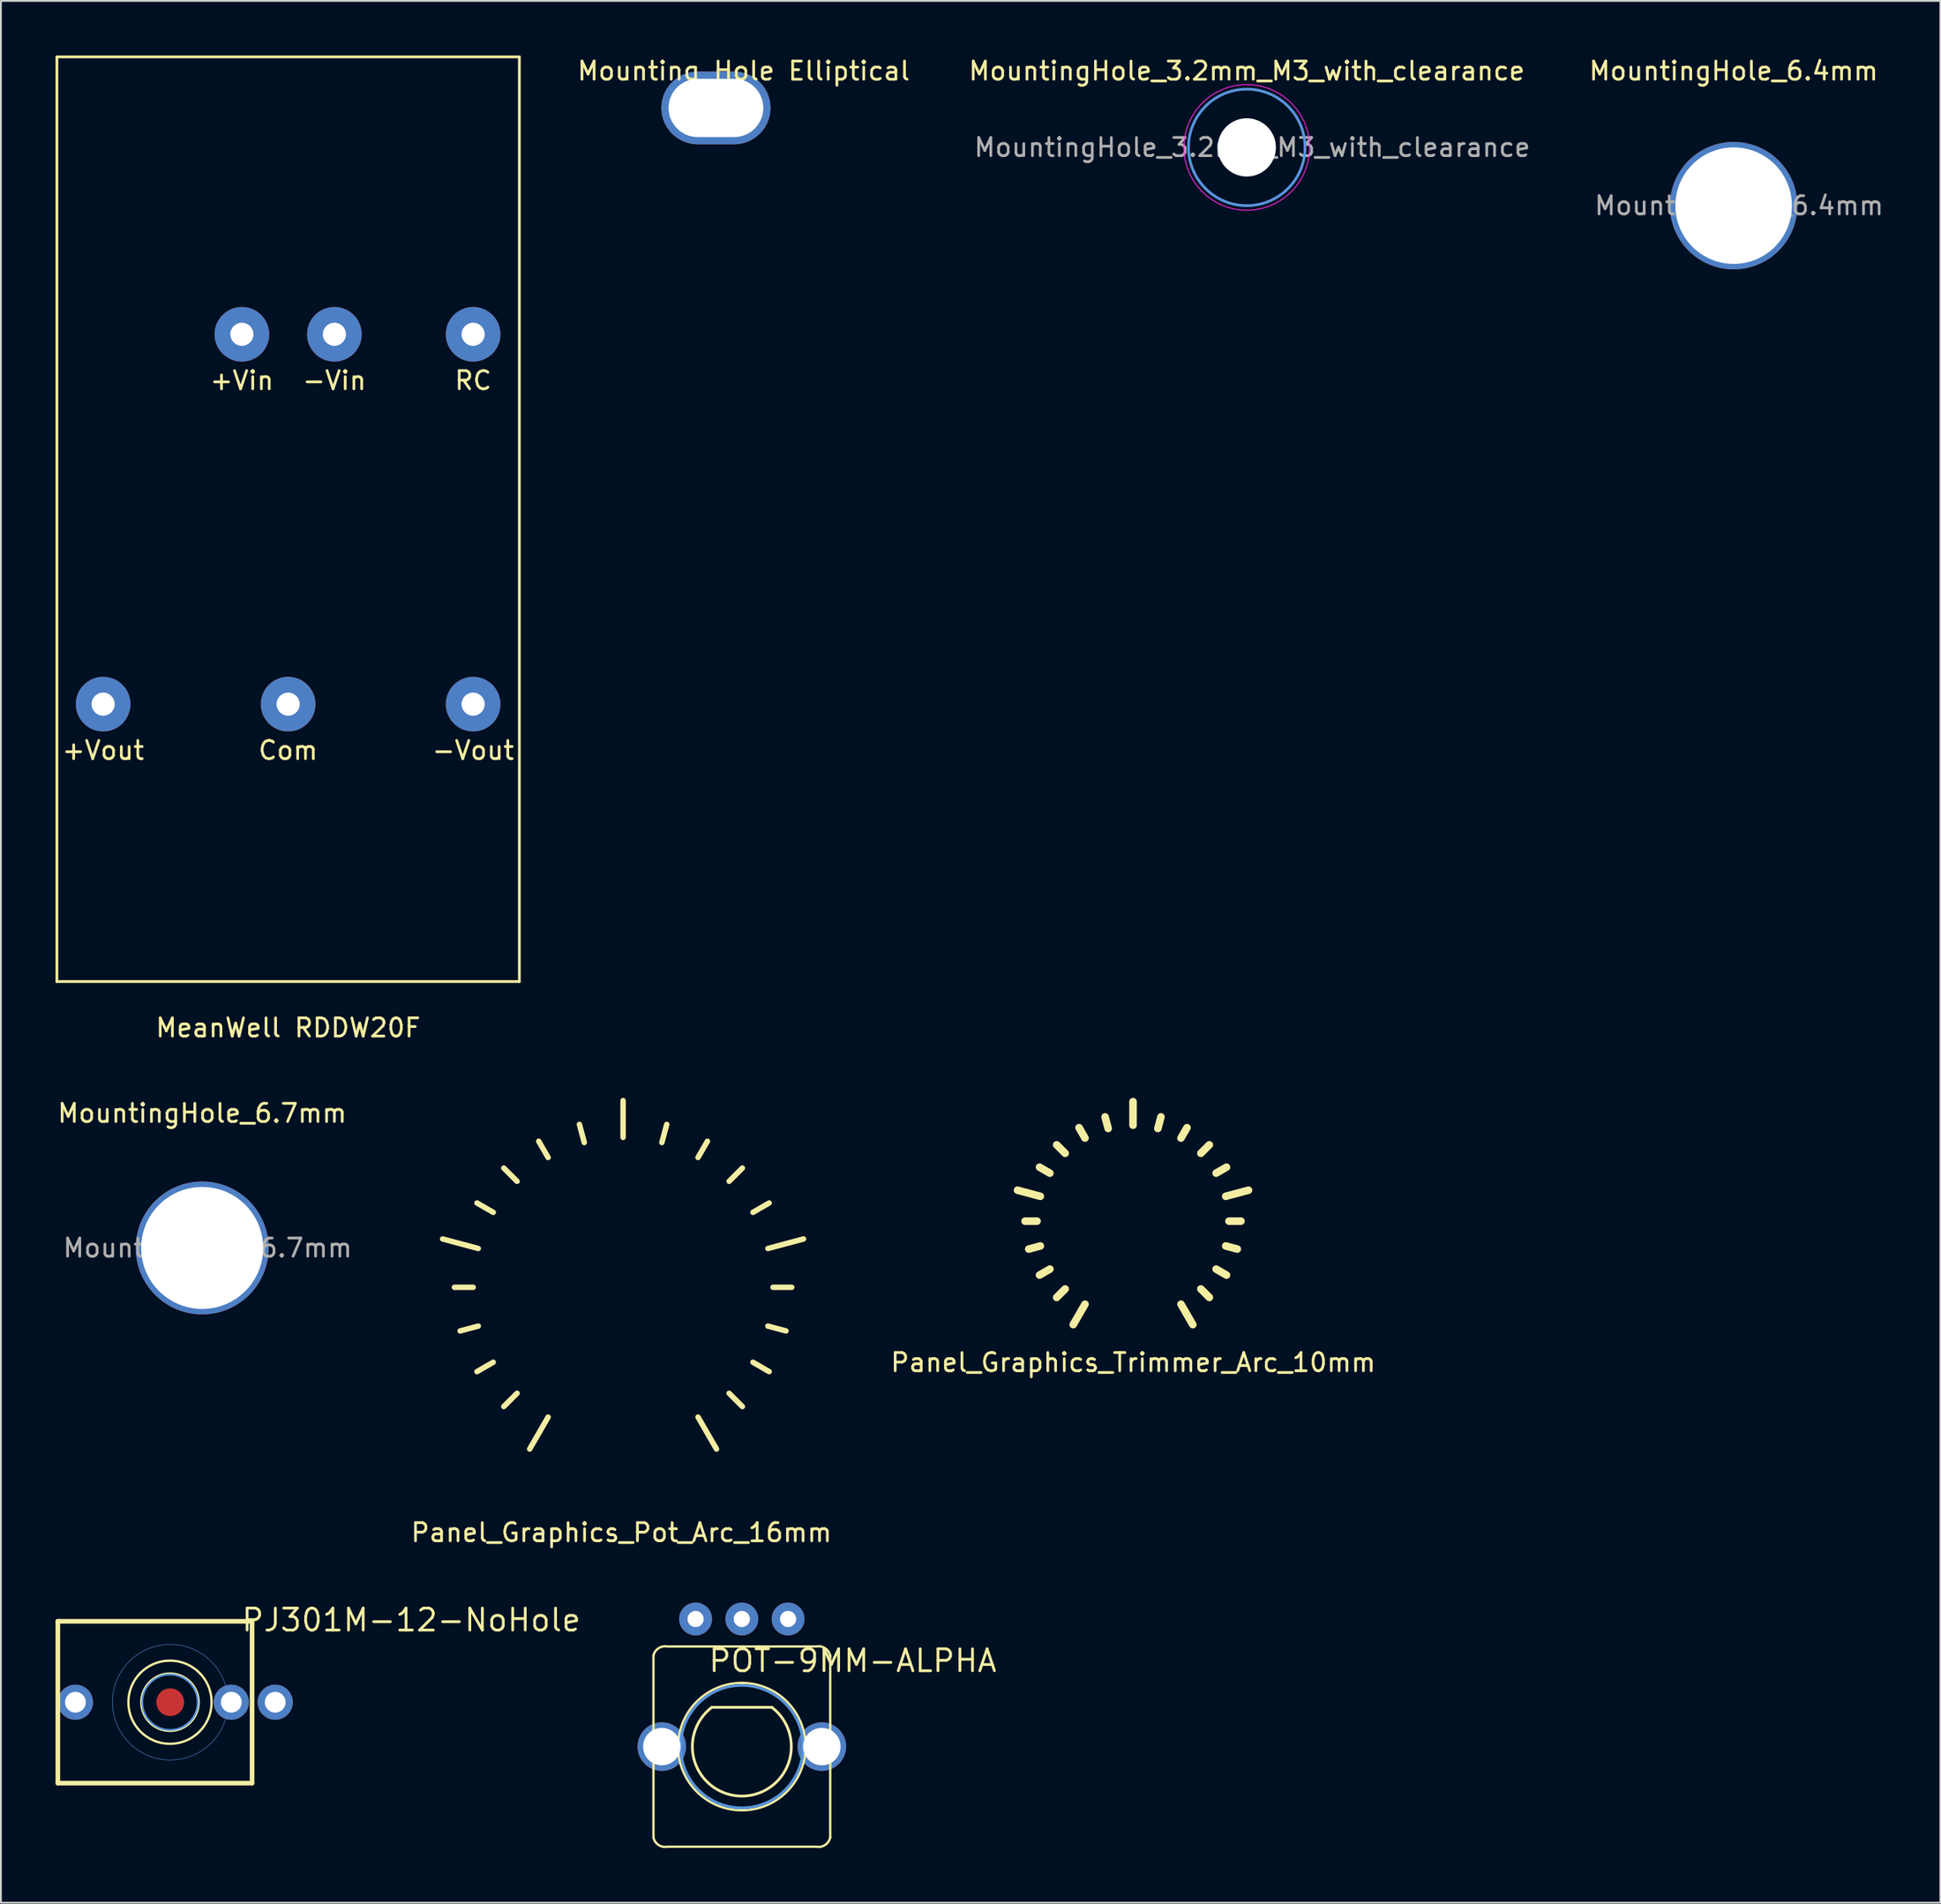
<source format=kicad_pcb>
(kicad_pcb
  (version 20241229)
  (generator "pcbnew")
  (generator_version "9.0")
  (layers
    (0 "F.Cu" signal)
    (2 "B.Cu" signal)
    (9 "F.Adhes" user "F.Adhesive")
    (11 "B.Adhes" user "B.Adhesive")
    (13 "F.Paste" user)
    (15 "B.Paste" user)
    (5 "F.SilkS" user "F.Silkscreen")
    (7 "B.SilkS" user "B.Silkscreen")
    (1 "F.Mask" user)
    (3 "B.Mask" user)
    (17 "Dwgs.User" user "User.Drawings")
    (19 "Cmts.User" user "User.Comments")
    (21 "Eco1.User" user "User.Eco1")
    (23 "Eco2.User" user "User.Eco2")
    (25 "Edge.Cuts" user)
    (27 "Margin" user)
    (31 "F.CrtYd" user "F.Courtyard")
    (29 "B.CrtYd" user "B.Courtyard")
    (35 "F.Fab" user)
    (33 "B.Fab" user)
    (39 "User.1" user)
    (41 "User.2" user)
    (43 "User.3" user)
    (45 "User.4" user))
  (footprint "POT-9MM-ALPHA"
    (layer "F.Cu")
    (at 37.693 92.908)
    (property "Reference" "POT-9MM-ALPHA" (at -1.905 -4.013 0) (layer "F.SilkS") (effects (font (size 1.206 1.206) (thickness 0.152)) (justify left bottom)))
    (attr through_hole)
    (fp_line (start -4.854 -4.992) (end -4.854 4.988) (stroke (width 0.127) (type solid)) (layer "F.SilkS"))
    (fp_line (start -4.09 5.498) (end 4.09 5.498) (stroke (width 0.127) (type solid)) (layer "F.SilkS"))
    (fp_line (start 1.651 -2.159) (end -1.651 -2.159) (stroke (width 0.15) (type solid)) (layer "F.SilkS"))
    (fp_line (start 4.09 -5.502) (end -4.09 -5.502) (stroke (width 0.127) (type solid)) (layer "F.SilkS"))
    (fp_line (start 4.854 4.988) (end 4.854 -4.992) (stroke (width 0.127) (type solid)) (layer "F.SilkS"))
    (fp_arc (start -4.854163 -4.991943) (mid -4.577817 -5.405102) (end -4.090263 -5.501843) (stroke (width 0.127) (type solid)) (layer "F.SilkS"))
    (fp_arc (start -4.090263 5.498157) (mid -4.577817 5.401416) (end -4.854163 4.988257) (stroke (width 0.127) (type solid)) (layer "F.SilkS"))
    (fp_arc (start 1.651 -2.159) (mid 0 2.717919) (end -1.651 -2.159) (stroke (width 0.15) (type solid)) (layer "F.SilkS"))
    (fp_arc (start 4.089937 -5.501843) (mid 4.577491 -5.405102) (end 4.853837 -4.991943) (stroke (width 0.127) (type solid)) (layer "F.SilkS"))
    (fp_arc (start 4.853837 4.988257) (mid 4.577491 5.401416) (end 4.089937 5.498157) (stroke (width 0.127) (type solid)) (layer "F.SilkS"))
    (fp_circle (center -0.000163 -0.002) (end -3.5 -0.002) (stroke (width 0.127) (type solid)) (fill no) (layer "F.SilkS"))
    (fp_circle (center 0 0) (end -3.365 0) (stroke (width 0.15) (type solid)) (fill no) (layer "Cmts.User"))
    (pad "1" thru_hole circle (at 2.54 -7.012 270) (size 1.803 1.803) (drill 0.889) (layers "*.Cu" "*.Mask"))
    (pad "2" thru_hole circle (at -0.000163 -7.012 270) (size 1.803 1.803) (drill 0.889) (layers "*.Cu" "*.Mask"))
    (pad "3" thru_hole circle (at -2.54 -7.012 270) (size 1.803 1.803) (drill 0.889) (layers "*.Cu" "*.Mask"))
    (pad "4" thru_hole circle (at 4.394 -0.002) (size 2.667 2.667) (drill 2.057) (layers "*.Cu" "*.Mask"))
    (pad "5" thru_hole circle (at -4.394 -0.002) (size 2.667 2.667) (drill 2.057) (layers "*.Cu" "*.Mask")))
  (footprint "Panel_Graphics_Pot_Arc_16mm"
    (layer "F.Cu")
    (at 31.171 67.638)
    (property "Reference" "Panel_Graphics_Pot_Arc_16mm" (at -0.091 13.508 0) (layer "F.SilkS") (effects (font (size 1 1) (thickness 0.15))))
    (attr through_hole)
    (fp_line (start -8.235 0.035) (end -9.264 0.035) (stroke (width 0.3) (type solid)) (layer "F.SilkS"))
    (fp_line (start -7.954 2.166) (end -8.948 2.432) (stroke (width 0.3) (type solid)) (layer "F.SilkS"))
    (fp_line (start -7.954 -2.097) (end -9.91 -2.621) (stroke (width 0.3) (type solid)) (layer "F.SilkS"))
    (fp_line (start -7.131 4.152) (end -8.023 4.666) (stroke (width 0.3) (type solid)) (layer "F.SilkS"))
    (fp_line (start -7.131 -4.083) (end -8.023 -4.597) (stroke (width 0.3) (type solid)) (layer "F.SilkS"))
    (fp_line (start -5.823 5.857) (end -6.551 6.585) (stroke (width 0.3) (type solid)) (layer "F.SilkS"))
    (fp_line (start -5.823 -5.788) (end -6.551 -6.516) (stroke (width 0.3) (type solid)) (layer "F.SilkS"))
    (fp_line (start -4.117 7.166) (end -5.13 8.92) (stroke (width 0.3) (type solid)) (layer "F.SilkS"))
    (fp_line (start -4.117 -7.097) (end -4.632 -7.988) (stroke (width 0.3) (type solid)) (layer "F.SilkS"))
    (fp_line (start -2.131 -7.919) (end -2.398 -8.914) (stroke (width 0.3) (type solid)) (layer "F.SilkS"))
    (fp_line (start 0 -8.2) (end 0 -10.225) (stroke (width 0.3) (type solid)) (layer "F.SilkS"))
    (fp_line (start 2.131 -7.919) (end 2.398 -8.914) (stroke (width 0.3) (type solid)) (layer "F.SilkS"))
    (fp_line (start 4.117 7.166) (end 5.13 8.92) (stroke (width 0.3) (type solid)) (layer "F.SilkS"))
    (fp_line (start 4.117 -7.097) (end 4.632 -7.988) (stroke (width 0.3) (type solid)) (layer "F.SilkS"))
    (fp_line (start 5.823 5.857) (end 6.551 6.585) (stroke (width 0.3) (type solid)) (layer "F.SilkS"))
    (fp_line (start 5.823 -5.788) (end 6.551 -6.516) (stroke (width 0.3) (type solid)) (layer "F.SilkS"))
    (fp_line (start 7.131 -4.083) (end 8.023 -4.597) (stroke (width 0.3) (type solid)) (layer "F.SilkS"))
    (fp_line (start 7.131 4.152) (end 8.023 4.667) (stroke (width 0.3) (type solid)) (layer "F.SilkS"))
    (fp_line (start 7.954 2.166) (end 8.948 2.432) (stroke (width 0.3) (type solid)) (layer "F.SilkS"))
    (fp_line (start 7.954 -2.097) (end 9.91 -2.621) (stroke (width 0.3) (type solid)) (layer "F.SilkS"))
    (fp_line (start 8.235 0.035) (end 9.264 0.035) (stroke (width 0.3) (type solid)) (layer "F.SilkS")))
  (footprint "Panel_Graphics_Trimmer_Arc_10mm"
    (layer "F.Cu")
    (at 59.187 64.002)
    (property "Reference" "Panel_Graphics_Trimmer_Arc_10mm" (at 0 7.8 0) (layer "F.SilkS") (effects (font (size 1 1) (thickness 0.15))))
    (attr through_hole)
    (fp_line (start -5.28 0.036) (end -5.938 0.036) (stroke (width 0.416) (type solid)) (layer "F.SilkS"))
    (fp_line (start -5.1 1.4) (end -5.736 1.571) (stroke (width 0.416) (type solid)) (layer "F.SilkS"))
    (fp_line (start -5.1 -1.328) (end -6.352 -1.664) (stroke (width 0.416) (type solid)) (layer "F.SilkS"))
    (fp_line (start -4.574 2.671) (end -5.144 3) (stroke (width 0.416) (type solid)) (layer "F.SilkS"))
    (fp_line (start -4.574 -2.599) (end -5.144 -2.928) (stroke (width 0.416) (type solid)) (layer "F.SilkS"))
    (fp_line (start -3.736 3.763) (end -4.202 4.228) (stroke (width 0.416) (type solid)) (layer "F.SilkS"))
    (fp_line (start -3.736 -3.691) (end -4.202 -4.156) (stroke (width 0.416) (type solid)) (layer "F.SilkS"))
    (fp_line (start -2.645 4.6) (end -3.293 5.722) (stroke (width 0.416) (type solid)) (layer "F.SilkS"))
    (fp_line (start -2.645 -4.528) (end -2.974 -5.099) (stroke (width 0.416) (type solid)) (layer "F.SilkS"))
    (fp_line (start -1.373 -5.055) (end -1.544 -5.691) (stroke (width 0.416) (type solid)) (layer "F.SilkS"))
    (fp_line (start -0.009 -5.234) (end -0.009 -6.53) (stroke (width 0.416) (type solid)) (layer "F.SilkS"))
    (fp_line (start 1.355 -5.055) (end 1.525 -5.691) (stroke (width 0.416) (type solid)) (layer "F.SilkS"))
    (fp_line (start 2.626 4.6) (end 3.274 5.722) (stroke (width 0.416) (type solid)) (layer "F.SilkS"))
    (fp_line (start 2.626 -4.528) (end 2.955 -5.099) (stroke (width 0.416) (type solid)) (layer "F.SilkS"))
    (fp_line (start 3.717 3.762) (end 4.183 4.228) (stroke (width 0.416) (type solid)) (layer "F.SilkS"))
    (fp_line (start 3.717 -3.691) (end 4.183 -4.156) (stroke (width 0.416) (type solid)) (layer "F.SilkS"))
    (fp_line (start 4.555 -2.599) (end 5.125 -2.928) (stroke (width 0.416) (type solid)) (layer "F.SilkS"))
    (fp_line (start 4.555 2.671) (end 5.125 3) (stroke (width 0.416) (type solid)) (layer "F.SilkS"))
    (fp_line (start 5.081 1.4) (end 5.717 1.57) (stroke (width 0.416) (type solid)) (layer "F.SilkS"))
    (fp_line (start 5.081 -1.328) (end 6.333 -1.663) (stroke (width 0.416) (type solid)) (layer "F.SilkS"))
    (fp_line (start 5.261 0.036) (end 5.919 0.036) (stroke (width 0.416) (type solid)) (layer "F.SilkS")))
  (footprint "MountingHole_3.2mm_M3_with_clearance"
    (layer "F.Cu")
    (at 65.425 5.048)
    (property "Reference" "MountingHole_3.2mm_M3_with_clearance" (at 0 -4.2 0) (layer "F.SilkS") (effects (font (size 1 1) (thickness 0.15))))
    (attr exclude_from_pos_files exclude_from_bom)
    (fp_circle (center 0 0) (end 3.2 0) (stroke (width 0.15) (type solid)) (fill no) (layer "Cmts.User"))
    (fp_circle (center 0 0) (end 3.45 0) (stroke (width 0.05) (type solid)) (fill no) (layer "F.CrtYd"))
    (fp_text user "${REFERENCE}" (at 0.3 0 0) (layer "F.Fab") (effects (font (size 1 1) (thickness 0.15))))
    (pad "" np_thru_hole circle (at 0 0) (size 3.2 3.2) (drill 3.2) (layers "*.Cu" "*.Mask")))
  (footprint "PJ301M-12-NoHole"
    (layer "F.Cu")
    (at 6.299 90.468)
    (property "Reference" "PJ301M-12-NoHole" (at 3.835 -3.81 0) (layer "F.SilkS") (effects (font (size 1.206 1.206) (thickness 0.152)) (justify left bottom)))
    (attr through_hole)
    (fp_line (start -6.172 -4.445) (end -6.172 4.445) (stroke (width 0.254) (type solid)) (layer "F.SilkS"))
    (fp_line (start -6.172 4.445) (end 4.496 4.445) (stroke (width 0.254) (type solid)) (layer "F.SilkS"))
    (fp_line (start 4.496 -4.445) (end -6.172 -4.445) (stroke (width 0.254) (type solid)) (layer "F.SilkS"))
    (fp_line (start 4.496 4.445) (end 4.496 -4.445) (stroke (width 0.254) (type solid)) (layer "F.SilkS"))
    (fp_circle (center -0.013 0) (end 1.562 0) (stroke (width 0.127) (type solid)) (fill no) (layer "F.SilkS"))
    (fp_circle (center -0.013 0) (end 2.273 0) (stroke (width 0.127) (type solid)) (fill no) (layer "F.SilkS"))
    (fp_circle (center -0.013 0) (end 1.511 0) (stroke (width 0.1) (type solid)) (fill no) (layer "Cmts.User"))
    (fp_circle (center 0 0) (end 3.175 0) (stroke (width 0.025) (type solid)) (fill no) (layer "Cmts.User"))
    (pad "HOLE" smd circle (at 0 0) (size 1.524 1.524) (layers "F.Cu"))
    (pad "S" thru_hole circle (at 5.766 0) (size 1.93 1.93) (drill 1.143) (layers "*.Cu" "*.Mask"))
    (pad "T" thru_hole circle (at -5.207 0) (size 1.93 1.93) (drill 1.143) (layers "*.Cu" "*.Mask"))
    (pad "TN" thru_hole circle (at 3.353 0) (size 1.93 1.93) (drill 1.143) (layers "*.Cu" "*.Mask")))
  (footprint "MountingHole_6.7mm"
    (layer "F.Cu")
    (at 8.054 65.511)
    (property "Reference" "MountingHole_6.7mm" (at 0 -7.4 0) (layer "F.SilkS") (effects (font (size 1 1) (thickness 0.15))))
    (attr exclude_from_pos_files exclude_from_bom)
    (fp_text user "${REFERENCE}" (at 0.3 0 0) (layer "F.Fab") (effects (font (size 1 1) (thickness 0.15))))
    (pad "" np_thru_hole circle (at 0 0) (size 7.3 7.3) (drill 6.7) (layers "*.Cu" "*.Mask")))
  (footprint "MountingHole_6.4mm"
    (layer "F.Cu")
    (at 92.165 8.248)
    (property "Reference" "MountingHole_6.4mm" (at 0 -7.4 0) (layer "F.SilkS") (effects (font (size 1 1) (thickness 0.15))))
    (attr exclude_from_pos_files exclude_from_bom)
    (fp_text user "${REFERENCE}" (at 0.3 0 0) (layer "F.Fab") (effects (font (size 1 1) (thickness 0.15))))
    (pad "" np_thru_hole circle (at 0 0) (size 7 7) (drill 6.4) (layers "*.Cu" "*.Mask")))
  (footprint "MeanWell RDDW20F"
    (layer "F.Cu")
    (at 12.775 25.475)
    (property "Reference" "MeanWell RDDW20F" (at 0 27.94 0) (layer "F.SilkS") (effects (font (size 1 1) (thickness 0.15))))
    (attr through_hole)
    (fp_line (start -12.7 -25.4) (end -12.7 25.4) (stroke (width 0.15) (type solid)) (layer "F.SilkS"))
    (fp_line (start -12.7 25.4) (end 12.7 25.4) (stroke (width 0.15) (type solid)) (layer "F.SilkS"))
    (fp_line (start 12.7 -25.4) (end -12.7 -25.4) (stroke (width 0.15) (type solid)) (layer "F.SilkS"))
    (fp_line (start 12.7 25.4) (end 12.7 -25.4) (stroke (width 0.15) (type solid)) (layer "F.SilkS"))
    (fp_text user "RC" (at 10.16 -7.62 0) (layer "F.SilkS") (effects (font (size 1 1) (thickness 0.15))))
    (fp_text user "-Vout" (at 10.16 12.7 0) (layer "F.SilkS") (effects (font (size 1 1) (thickness 0.15))))
    (fp_text user "+Vin" (at -2.54 -7.62 0) (layer "F.SilkS") (effects (font (size 1 1) (thickness 0.15))))
    (fp_text user "Com" (at 0 12.7 0) (layer "F.SilkS") (effects (font (size 1 1) (thickness 0.15))))
    (fp_text user "+Vout" (at -10.16 12.7 0) (layer "F.SilkS") (effects (font (size 1 1) (thickness 0.15))))
    (fp_text user "-Vin" (at 2.54 -7.62 0) (layer "F.SilkS") (effects (font (size 1 1) (thickness 0.15))))
    (pad "1" thru_hole circle (at -2.54 -10.16) (size 3 3) (drill 1.27) (layers "*.Cu" "*.Mask"))
    (pad "2" thru_hole circle (at 2.54 -10.16) (size 3 3) (drill 1.27) (layers "*.Cu" "*.Mask"))
    (pad "3" thru_hole circle (at -10.16 10.16) (size 3 3) (drill 1.27) (layers "*.Cu" "*.Mask"))
    (pad "4" thru_hole circle (at 0 10.16) (size 3 3) (drill 1.27) (layers "*.Cu" "*.Mask"))
    (pad "5" thru_hole circle (at 10.16 10.16) (size 3 3) (drill 1.27) (layers "*.Cu" "*.Mask"))
    (pad "6" thru_hole circle (at 10.16 -10.16) (size 3 3) (drill 1.27) (layers "*.Cu" "*.Mask")))
  (footprint "Mounting Hole Elliptical"
    (layer "F.Cu")
    (at 36.27 2.88)
    (property "Reference" "Mounting Hole Elliptical" (at 1.524 -2.032 0) (layer "F.SilkS") (effects (font (size 1 1) (thickness 0.15))))
    (attr through_hole)
    (pad "" np_thru_hole roundrect (at 0 0) (size 6 4) (drill oval 5.2 3.2) (layers "*.Cu" "*.Mask") (roundrect_rratio 0.5)))
  (gr_rect
    (start -3 -3)
    (end 103.519 101.483)
    (stroke (width 0.1) (type default))
    (fill no)
    (layer "Edge.Cuts")))
</source>
